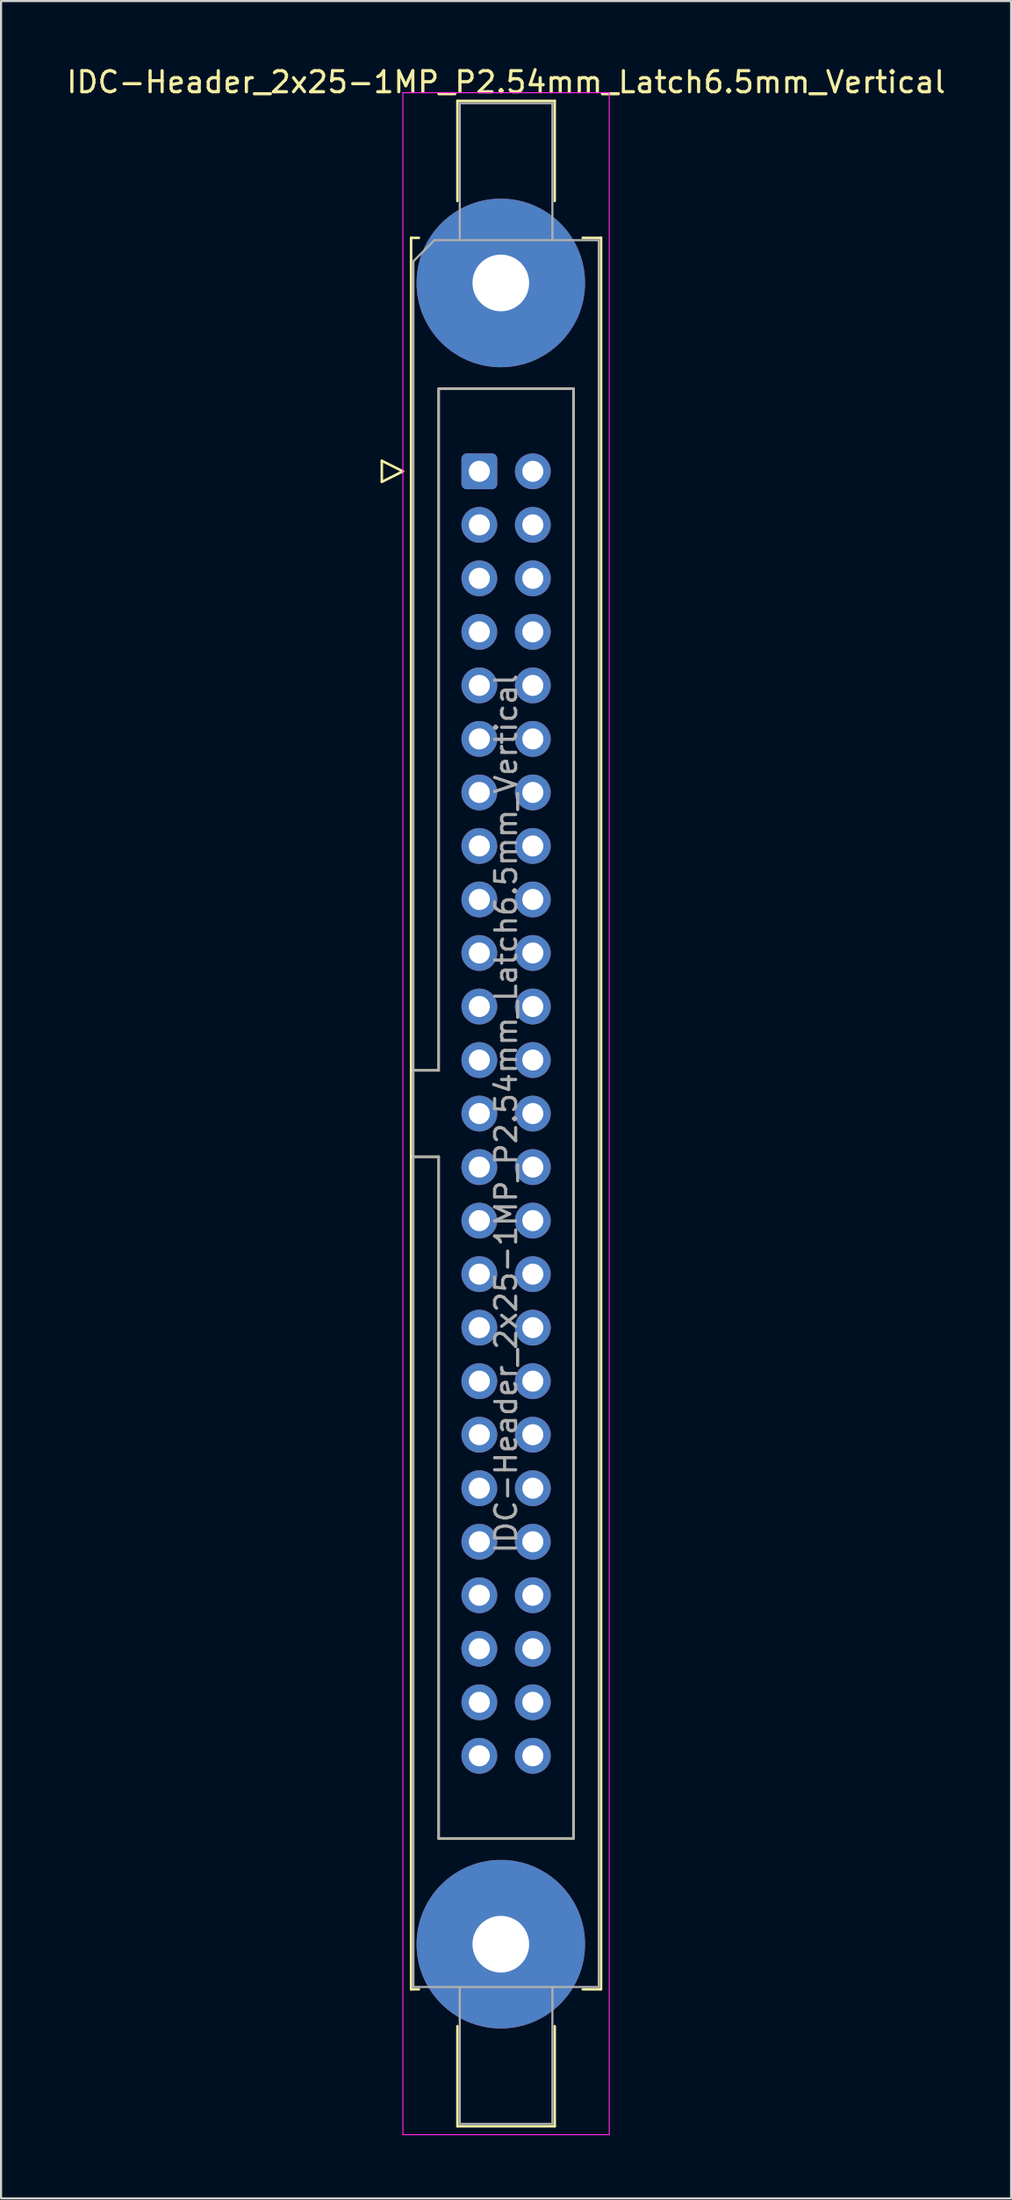
<source format=kicad_pcb>
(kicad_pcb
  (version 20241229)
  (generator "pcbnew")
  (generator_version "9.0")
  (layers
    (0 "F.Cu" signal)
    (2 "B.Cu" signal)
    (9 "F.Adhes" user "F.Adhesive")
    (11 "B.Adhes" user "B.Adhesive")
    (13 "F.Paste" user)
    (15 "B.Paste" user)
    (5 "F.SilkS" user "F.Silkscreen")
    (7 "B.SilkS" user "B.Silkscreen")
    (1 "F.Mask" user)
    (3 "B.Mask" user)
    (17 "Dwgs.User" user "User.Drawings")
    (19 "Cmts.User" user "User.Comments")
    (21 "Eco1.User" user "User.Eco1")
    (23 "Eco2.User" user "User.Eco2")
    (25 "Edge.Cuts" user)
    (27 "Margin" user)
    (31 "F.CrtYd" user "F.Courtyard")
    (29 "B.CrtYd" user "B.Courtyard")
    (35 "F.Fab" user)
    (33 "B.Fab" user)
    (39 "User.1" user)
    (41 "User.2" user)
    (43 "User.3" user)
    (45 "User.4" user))
  (footprint "IDC-Header_2x25-1MP_P2.54mm_Latch6.5mm_Vertical"
    (layer "F.Cu")
    (at 19.712 19.318)
    (property "Reference" "IDC-Header_2x25-1MP_P2.54mm_Latch6.5mm_Vertical" (at 1.27 -18.47 0) (layer "F.SilkS") (effects (font (size 1 1) (thickness 0.15))))
    (attr through_hole)
    (fp_line (start -4.63 -0.5) (end -4.63 0.5) (stroke (width 0.12) (type solid)) (layer "F.SilkS"))
    (fp_line (start -4.63 0.5) (end -3.63 0) (stroke (width 0.12) (type solid)) (layer "F.SilkS"))
    (fp_line (start -3.63 0) (end -4.63 -0.5) (stroke (width 0.12) (type solid)) (layer "F.SilkS"))
    (fp_line (start -3.24 -11.08) (end -3.24 72.04) (stroke (width 0.12) (type solid)) (layer "F.SilkS"))
    (fp_line (start -3.24 28.43) (end -1.93 28.43) (stroke (width 0.12) (type solid)) (layer "F.SilkS"))
    (fp_line (start -3.24 72.04) (end -2.87 72.04) (stroke (width 0.12) (type solid)) (layer "F.SilkS"))
    (fp_line (start -2.87 -11.08) (end -3.24 -11.08) (stroke (width 0.12) (type solid)) (layer "F.SilkS"))
    (fp_line (start -1.93 -3.92) (end 4.47 -3.92) (stroke (width 0.12) (type solid)) (layer "F.SilkS"))
    (fp_line (start -1.93 28.43) (end -1.93 -3.92) (stroke (width 0.12) (type solid)) (layer "F.SilkS"))
    (fp_line (start -1.93 32.53) (end -3.24 32.53) (stroke (width 0.12) (type solid)) (layer "F.SilkS"))
    (fp_line (start -1.93 32.53) (end -1.93 32.53) (stroke (width 0.12) (type solid)) (layer "F.SilkS"))
    (fp_line (start -1.93 64.88) (end -1.93 32.53) (stroke (width 0.12) (type solid)) (layer "F.SilkS"))
    (fp_line (start -1.04 -17.58) (end 3.58 -17.58) (stroke (width 0.12) (type solid)) (layer "F.SilkS"))
    (fp_line (start -1.04 -12.83) (end -1.04 -17.58) (stroke (width 0.12) (type solid)) (layer "F.SilkS"))
    (fp_line (start -1.04 73.79) (end -1.04 78.54) (stroke (width 0.12) (type solid)) (layer "F.SilkS"))
    (fp_line (start -1.04 78.54) (end 3.58 78.54) (stroke (width 0.12) (type solid)) (layer "F.SilkS"))
    (fp_line (start 3.58 -17.58) (end 3.58 -12.83) (stroke (width 0.12) (type solid)) (layer "F.SilkS"))
    (fp_line (start 3.58 78.54) (end 3.58 73.79) (stroke (width 0.12) (type solid)) (layer "F.SilkS"))
    (fp_line (start 4.47 -3.92) (end 4.47 64.88) (stroke (width 0.12) (type solid)) (layer "F.SilkS"))
    (fp_line (start 4.47 64.88) (end -1.93 64.88) (stroke (width 0.12) (type solid)) (layer "F.SilkS"))
    (fp_line (start 4.91 -11.08) (end 5.78 -11.08) (stroke (width 0.12) (type solid)) (layer "F.SilkS"))
    (fp_line (start 5.78 -11.08) (end 5.78 72.04) (stroke (width 0.12) (type solid)) (layer "F.SilkS"))
    (fp_line (start 5.78 72.04) (end 4.91 72.04) (stroke (width 0.12) (type solid)) (layer "F.SilkS"))
    (fp_line (start -3.63 -17.97) (end -3.63 78.94) (stroke (width 0.05) (type solid)) (layer "F.CrtYd"))
    (fp_line (start -3.63 78.94) (end 6.17 78.94) (stroke (width 0.05) (type solid)) (layer "F.CrtYd"))
    (fp_line (start 6.17 -17.97) (end -3.63 -17.97) (stroke (width 0.05) (type solid)) (layer "F.CrtYd"))
    (fp_line (start 6.17 78.94) (end 6.17 -17.97) (stroke (width 0.05) (type solid)) (layer "F.CrtYd"))
    (fp_line (start -3.13 -9.97) (end -2.13 -10.97) (stroke (width 0.1) (type solid)) (layer "F.Fab"))
    (fp_line (start -3.13 28.43) (end -1.93 28.43) (stroke (width 0.1) (type solid)) (layer "F.Fab"))
    (fp_line (start -3.13 71.93) (end -3.13 -9.97) (stroke (width 0.1) (type solid)) (layer "F.Fab"))
    (fp_line (start -2.13 -10.97) (end 5.67 -10.97) (stroke (width 0.1) (type solid)) (layer "F.Fab"))
    (fp_line (start -1.93 -3.92) (end 4.47 -3.92) (stroke (width 0.1) (type solid)) (layer "F.Fab"))
    (fp_line (start -1.93 28.43) (end -1.93 -3.92) (stroke (width 0.1) (type solid)) (layer "F.Fab"))
    (fp_line (start -1.93 32.53) (end -3.13 32.53) (stroke (width 0.1) (type solid)) (layer "F.Fab"))
    (fp_line (start -1.93 32.53) (end -1.93 32.53) (stroke (width 0.1) (type solid)) (layer "F.Fab"))
    (fp_line (start -1.93 64.88) (end -1.93 32.53) (stroke (width 0.1) (type solid)) (layer "F.Fab"))
    (fp_line (start -0.93 -17.47) (end 3.47 -17.47) (stroke (width 0.1) (type solid)) (layer "F.Fab"))
    (fp_line (start -0.93 -10.97) (end -0.93 -17.47) (stroke (width 0.1) (type solid)) (layer "F.Fab"))
    (fp_line (start -0.93 71.93) (end -0.93 78.43) (stroke (width 0.1) (type solid)) (layer "F.Fab"))
    (fp_line (start -0.93 78.43) (end 3.47 78.43) (stroke (width 0.1) (type solid)) (layer "F.Fab"))
    (fp_line (start 3.47 -17.47) (end 3.47 -10.97) (stroke (width 0.1) (type solid)) (layer "F.Fab"))
    (fp_line (start 3.47 78.43) (end 3.47 71.93) (stroke (width 0.1) (type solid)) (layer "F.Fab"))
    (fp_line (start 4.47 -3.92) (end 4.47 64.88) (stroke (width 0.1) (type solid)) (layer "F.Fab"))
    (fp_line (start 4.47 64.88) (end -1.93 64.88) (stroke (width 0.1) (type solid)) (layer "F.Fab"))
    (fp_line (start 5.67 -10.97) (end 5.67 71.93) (stroke (width 0.1) (type solid)) (layer "F.Fab"))
    (fp_line (start 5.67 71.93) (end -3.13 71.93) (stroke (width 0.1) (type solid)) (layer "F.Fab"))
    (fp_text user "${REFERENCE}" (at 1.27 30.48 90) (layer "F.Fab") (effects (font (size 1 1) (thickness 0.15))))
    (pad "1" thru_hole roundrect (at 0 0) (size 1.7 1.7) (drill 1) (layers "*.Cu" "*.Mask") (roundrect_rratio 0.147))
    (pad "2" thru_hole circle (at 2.54 0) (size 1.7 1.7) (drill 1) (layers "*.Cu" "*.Mask"))
    (pad "3" thru_hole circle (at 0 2.54) (size 1.7 1.7) (drill 1) (layers "*.Cu" "*.Mask"))
    (pad "4" thru_hole circle (at 2.54 2.54) (size 1.7 1.7) (drill 1) (layers "*.Cu" "*.Mask"))
    (pad "5" thru_hole circle (at 0 5.08) (size 1.7 1.7) (drill 1) (layers "*.Cu" "*.Mask"))
    (pad "6" thru_hole circle (at 2.54 5.08) (size 1.7 1.7) (drill 1) (layers "*.Cu" "*.Mask"))
    (pad "7" thru_hole circle (at 0 7.62) (size 1.7 1.7) (drill 1) (layers "*.Cu" "*.Mask"))
    (pad "8" thru_hole circle (at 2.54 7.62) (size 1.7 1.7) (drill 1) (layers "*.Cu" "*.Mask"))
    (pad "9" thru_hole circle (at 0 10.16) (size 1.7 1.7) (drill 1) (layers "*.Cu" "*.Mask"))
    (pad "10" thru_hole circle (at 2.54 10.16) (size 1.7 1.7) (drill 1) (layers "*.Cu" "*.Mask"))
    (pad "11" thru_hole circle (at 0 12.7) (size 1.7 1.7) (drill 1) (layers "*.Cu" "*.Mask"))
    (pad "12" thru_hole circle (at 2.54 12.7) (size 1.7 1.7) (drill 1) (layers "*.Cu" "*.Mask"))
    (pad "13" thru_hole circle (at 0 15.24) (size 1.7 1.7) (drill 1) (layers "*.Cu" "*.Mask"))
    (pad "14" thru_hole circle (at 2.54 15.24) (size 1.7 1.7) (drill 1) (layers "*.Cu" "*.Mask"))
    (pad "15" thru_hole circle (at 0 17.78) (size 1.7 1.7) (drill 1) (layers "*.Cu" "*.Mask"))
    (pad "16" thru_hole circle (at 2.54 17.78) (size 1.7 1.7) (drill 1) (layers "*.Cu" "*.Mask"))
    (pad "17" thru_hole circle (at 0 20.32) (size 1.7 1.7) (drill 1) (layers "*.Cu" "*.Mask"))
    (pad "18" thru_hole circle (at 2.54 20.32) (size 1.7 1.7) (drill 1) (layers "*.Cu" "*.Mask"))
    (pad "19" thru_hole circle (at 0 22.86) (size 1.7 1.7) (drill 1) (layers "*.Cu" "*.Mask"))
    (pad "20" thru_hole circle (at 2.54 22.86) (size 1.7 1.7) (drill 1) (layers "*.Cu" "*.Mask"))
    (pad "21" thru_hole circle (at 0 25.4) (size 1.7 1.7) (drill 1) (layers "*.Cu" "*.Mask"))
    (pad "22" thru_hole circle (at 2.54 25.4) (size 1.7 1.7) (drill 1) (layers "*.Cu" "*.Mask"))
    (pad "23" thru_hole circle (at 0 27.94) (size 1.7 1.7) (drill 1) (layers "*.Cu" "*.Mask"))
    (pad "24" thru_hole circle (at 2.54 27.94) (size 1.7 1.7) (drill 1) (layers "*.Cu" "*.Mask"))
    (pad "25" thru_hole circle (at 0 30.48) (size 1.7 1.7) (drill 1) (layers "*.Cu" "*.Mask"))
    (pad "26" thru_hole circle (at 2.54 30.48) (size 1.7 1.7) (drill 1) (layers "*.Cu" "*.Mask"))
    (pad "27" thru_hole circle (at 0 33.02) (size 1.7 1.7) (drill 1) (layers "*.Cu" "*.Mask"))
    (pad "28" thru_hole circle (at 2.54 33.02) (size 1.7 1.7) (drill 1) (layers "*.Cu" "*.Mask"))
    (pad "29" thru_hole circle (at 0 35.56) (size 1.7 1.7) (drill 1) (layers "*.Cu" "*.Mask"))
    (pad "30" thru_hole circle (at 2.54 35.56) (size 1.7 1.7) (drill 1) (layers "*.Cu" "*.Mask"))
    (pad "31" thru_hole circle (at 0 38.1) (size 1.7 1.7) (drill 1) (layers "*.Cu" "*.Mask"))
    (pad "32" thru_hole circle (at 2.54 38.1) (size 1.7 1.7) (drill 1) (layers "*.Cu" "*.Mask"))
    (pad "33" thru_hole circle (at 0 40.64) (size 1.7 1.7) (drill 1) (layers "*.Cu" "*.Mask"))
    (pad "34" thru_hole circle (at 2.54 40.64) (size 1.7 1.7) (drill 1) (layers "*.Cu" "*.Mask"))
    (pad "35" thru_hole circle (at 0 43.18) (size 1.7 1.7) (drill 1) (layers "*.Cu" "*.Mask"))
    (pad "36" thru_hole circle (at 2.54 43.18) (size 1.7 1.7) (drill 1) (layers "*.Cu" "*.Mask"))
    (pad "37" thru_hole circle (at 0 45.72) (size 1.7 1.7) (drill 1) (layers "*.Cu" "*.Mask"))
    (pad "38" thru_hole circle (at 2.54 45.72) (size 1.7 1.7) (drill 1) (layers "*.Cu" "*.Mask"))
    (pad "39" thru_hole circle (at 0 48.26) (size 1.7 1.7) (drill 1) (layers "*.Cu" "*.Mask"))
    (pad "40" thru_hole circle (at 2.54 48.26) (size 1.7 1.7) (drill 1) (layers "*.Cu" "*.Mask"))
    (pad "41" thru_hole circle (at 0 50.8) (size 1.7 1.7) (drill 1) (layers "*.Cu" "*.Mask"))
    (pad "42" thru_hole circle (at 2.54 50.8) (size 1.7 1.7) (drill 1) (layers "*.Cu" "*.Mask"))
    (pad "43" thru_hole circle (at 0 53.34) (size 1.7 1.7) (drill 1) (layers "*.Cu" "*.Mask"))
    (pad "44" thru_hole circle (at 2.54 53.34) (size 1.7 1.7) (drill 1) (layers "*.Cu" "*.Mask"))
    (pad "45" thru_hole circle (at 0 55.88) (size 1.7 1.7) (drill 1) (layers "*.Cu" "*.Mask"))
    (pad "46" thru_hole circle (at 2.54 55.88) (size 1.7 1.7) (drill 1) (layers "*.Cu" "*.Mask"))
    (pad "47" thru_hole circle (at 0 58.42) (size 1.7 1.7) (drill 1) (layers "*.Cu" "*.Mask"))
    (pad "48" thru_hole circle (at 2.54 58.42) (size 1.7 1.7) (drill 1) (layers "*.Cu" "*.Mask"))
    (pad "49" thru_hole circle (at 0 60.96) (size 1.7 1.7) (drill 1) (layers "*.Cu" "*.Mask"))
    (pad "50" thru_hole circle (at 2.54 60.96) (size 1.7 1.7) (drill 1) (layers "*.Cu" "*.Mask"))
    (pad "MP" thru_hole circle (at 1.02 -8.94) (size 8 8) (drill 2.69) (layers "*.Cu" "*.Mask"))
    (pad "MP" thru_hole circle (at 1.02 69.9) (size 8 8) (drill 2.69) (layers "*.Cu" "*.Mask")))
  (gr_rect
    (start -3 -3)
    (end 44.964 101.283)
    (stroke (width 0.1) (type default))
    (fill no)
    (layer "Edge.Cuts")))
</source>
